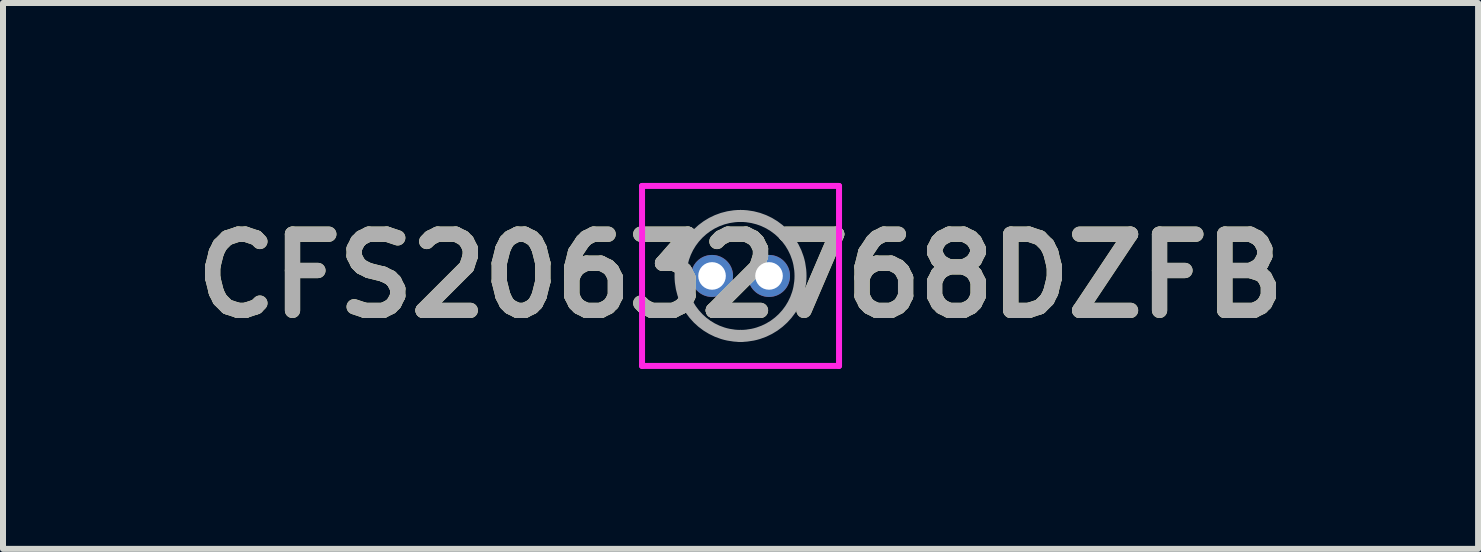
<source format=kicad_pcb>
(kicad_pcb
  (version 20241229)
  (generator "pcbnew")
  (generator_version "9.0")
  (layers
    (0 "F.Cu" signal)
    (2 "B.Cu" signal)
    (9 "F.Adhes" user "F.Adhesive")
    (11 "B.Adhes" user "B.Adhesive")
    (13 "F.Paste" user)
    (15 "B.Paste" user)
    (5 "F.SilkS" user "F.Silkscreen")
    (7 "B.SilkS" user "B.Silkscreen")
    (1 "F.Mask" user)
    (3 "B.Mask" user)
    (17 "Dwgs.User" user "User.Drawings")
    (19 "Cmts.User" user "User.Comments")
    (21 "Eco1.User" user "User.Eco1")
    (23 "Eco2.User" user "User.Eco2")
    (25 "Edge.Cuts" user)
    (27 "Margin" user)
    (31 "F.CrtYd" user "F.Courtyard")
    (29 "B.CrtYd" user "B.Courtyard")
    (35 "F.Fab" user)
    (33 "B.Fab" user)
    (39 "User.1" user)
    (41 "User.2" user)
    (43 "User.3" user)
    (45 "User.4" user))
  (footprint "CFS20632768DZFB"
    (layer "F.Cu")
    (at 9.295 1.55)
    (property "Reference" "CFS20632768DZFB" (at 0 0 0) (layer "F.SilkS") (effects (font (size 1.27 1.27) (thickness 0.254))))
    (attr through_hole)
    (fp_line (start -1 0) (end -1 0) (stroke (width 0.1) (type solid)) (layer "F.SilkS"))
    (fp_line (start 1 0) (end 1 0) (stroke (width 0.1) (type solid)) (layer "F.SilkS"))
    (fp_arc (start -1 0) (mid 0 -1) (end 1 0) (stroke (width 0.1) (type solid)) (layer "F.SilkS"))
    (fp_arc (start 1 0) (mid 0 1) (end -1 0) (stroke (width 0.1) (type solid)) (layer "F.SilkS"))
    (fp_line (start -1.642 -1.5) (end 1.642 -1.5) (stroke (width 0.1) (type solid)) (layer "F.CrtYd"))
    (fp_line (start -1.642 1.5) (end -1.642 -1.5) (stroke (width 0.1) (type solid)) (layer "F.CrtYd"))
    (fp_line (start 1.642 -1.5) (end 1.642 1.5) (stroke (width 0.1) (type solid)) (layer "F.CrtYd"))
    (fp_line (start 1.642 1.5) (end -1.642 1.5) (stroke (width 0.1) (type solid)) (layer "F.CrtYd"))
    (fp_line (start 0 -1) (end 0 -1) (stroke (width 0.2) (type solid)) (layer "F.Fab"))
    (fp_line (start 0 1) (end 0 1) (stroke (width 0.2) (type solid)) (layer "F.Fab"))
    (fp_arc (start 0 -1) (mid 1 0) (end 0 1) (stroke (width 0.2) (type solid)) (layer "F.Fab"))
    (fp_arc (start 0 1) (mid -1 0) (end 0 -1) (stroke (width 0.2) (type solid)) (layer "F.Fab"))
    (fp_text user "${REFERENCE}" (at 0 0 0) (layer "F.Fab") (effects (font (size 1.27 1.27) (thickness 0.254))))
    (pad "1" thru_hole circle (at -0.475 0) (size 0.7 0.7) (drill 0.46) (layers "*.Cu" "*.Mask"))
    (pad "2" thru_hole circle (at 0.475 0) (size 0.7 0.7) (drill 0.46) (layers "*.Cu" "*.Mask")))
  (gr_rect
    (start -3 -3)
    (end 21.59 6.1)
    (stroke (width 0.1) (type default))
    (fill no)
    (layer "Edge.Cuts")))
</source>
